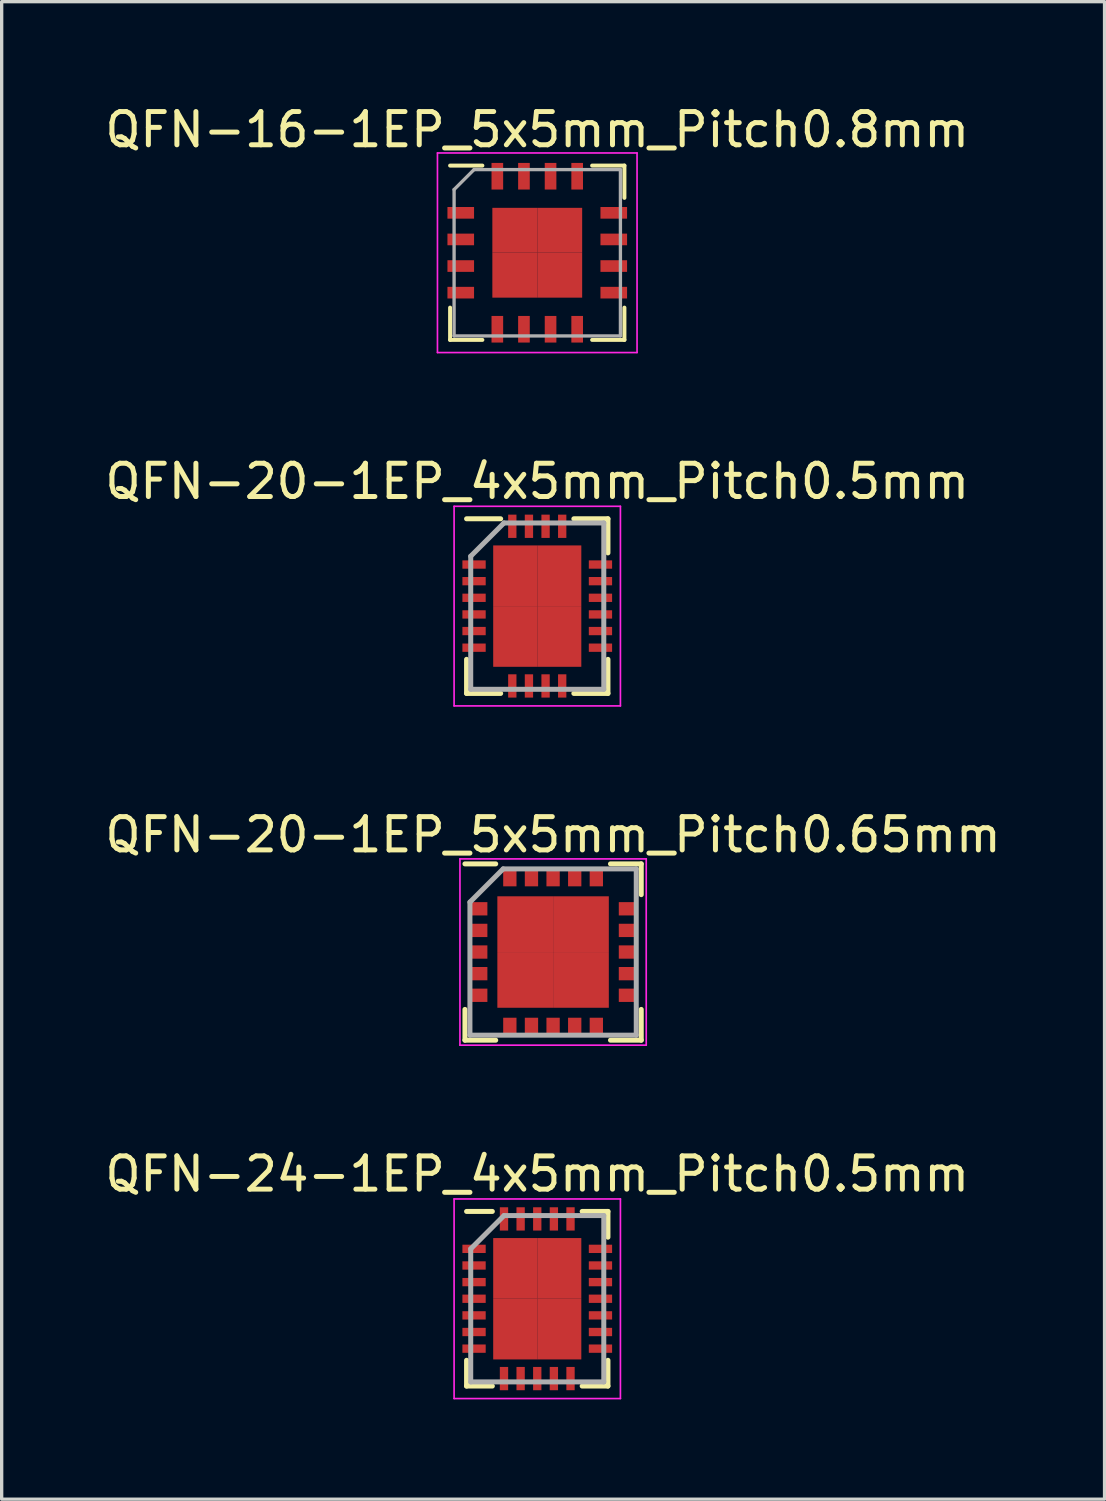
<source format=kicad_pcb>
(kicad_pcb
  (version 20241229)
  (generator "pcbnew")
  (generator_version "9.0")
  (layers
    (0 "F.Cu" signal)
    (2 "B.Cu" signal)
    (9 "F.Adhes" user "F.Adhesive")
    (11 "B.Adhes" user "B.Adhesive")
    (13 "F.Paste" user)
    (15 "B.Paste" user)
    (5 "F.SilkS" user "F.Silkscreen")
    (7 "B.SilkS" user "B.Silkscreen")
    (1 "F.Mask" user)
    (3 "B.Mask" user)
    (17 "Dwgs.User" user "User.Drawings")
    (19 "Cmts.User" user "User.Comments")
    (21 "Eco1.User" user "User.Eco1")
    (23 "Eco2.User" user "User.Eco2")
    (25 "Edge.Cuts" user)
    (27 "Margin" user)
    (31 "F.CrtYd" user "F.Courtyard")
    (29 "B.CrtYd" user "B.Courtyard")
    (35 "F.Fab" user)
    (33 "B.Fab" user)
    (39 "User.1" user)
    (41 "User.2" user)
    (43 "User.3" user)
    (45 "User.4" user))
  (footprint "QFN-16-1EP_5x5mm_Pitch0.8mm"
    (layer "F.Cu")
    (at 13.101 4.548)
    (property "Reference" "QFN-16-1EP_5x5mm_Pitch0.8mm" (at 0 -3.7 0) (layer "F.SilkS") (effects (font (size 1 1) (thickness 0.15))))
    (attr smd)
    (fp_line (start -2.62 -2.62) (end -1.65 -2.62) (stroke (width 0.12) (type solid)) (layer "F.SilkS"))
    (fp_line (start -2.62 2.62) (end -2.62 1.65) (stroke (width 0.12) (type solid)) (layer "F.SilkS"))
    (fp_line (start -2.62 2.62) (end -1.65 2.62) (stroke (width 0.12) (type solid)) (layer "F.SilkS"))
    (fp_line (start 2.62 -2.62) (end 1.65 -2.62) (stroke (width 0.12) (type solid)) (layer "F.SilkS"))
    (fp_line (start 2.62 -2.62) (end 2.62 -1.65) (stroke (width 0.12) (type solid)) (layer "F.SilkS"))
    (fp_line (start 2.62 2.62) (end 1.65 2.62) (stroke (width 0.12) (type solid)) (layer "F.SilkS"))
    (fp_line (start 2.62 2.62) (end 2.62 1.65) (stroke (width 0.12) (type solid)) (layer "F.SilkS"))
    (fp_line (start -3 -3) (end -3 3) (stroke (width 0.05) (type solid)) (layer "F.CrtYd"))
    (fp_line (start -3 -3) (end 3 -3) (stroke (width 0.05) (type solid)) (layer "F.CrtYd"))
    (fp_line (start -3 3) (end 3 3) (stroke (width 0.05) (type solid)) (layer "F.CrtYd"))
    (fp_line (start 3 -3) (end 3 3) (stroke (width 0.05) (type solid)) (layer "F.CrtYd"))
    (fp_line (start -2.5 -1.9) (end -1.9 -2.5) (stroke (width 0.1) (type solid)) (layer "F.Fab"))
    (fp_line (start -2.5 2.5) (end -2.5 -1.9) (stroke (width 0.1) (type solid)) (layer "F.Fab"))
    (fp_line (start -1.9 -2.5) (end 2.5 -2.5) (stroke (width 0.1) (type solid)) (layer "F.Fab"))
    (fp_line (start 2.5 -2.5) (end 2.5 2.5) (stroke (width 0.1) (type solid)) (layer "F.Fab"))
    (fp_line (start 2.5 2.5) (end -2.5 2.5) (stroke (width 0.1) (type solid)) (layer "F.Fab"))
    (pad "1" smd rect (at -2.3 -1.2) (size 0.8 0.35) (layers "F.Cu" "F.Mask" "F.Paste"))
    (pad "2" smd rect (at -2.3 -0.4) (size 0.8 0.35) (layers "F.Cu" "F.Mask" "F.Paste"))
    (pad "3" smd rect (at -2.3 0.4) (size 0.8 0.35) (layers "F.Cu" "F.Mask" "F.Paste"))
    (pad "4" smd rect (at -2.3 1.2) (size 0.8 0.35) (layers "F.Cu" "F.Mask" "F.Paste"))
    (pad "5" smd rect (at -1.2 2.3 90) (size 0.8 0.35) (layers "F.Cu" "F.Mask" "F.Paste"))
    (pad "6" smd rect (at -0.4 2.3 90) (size 0.8 0.35) (layers "F.Cu" "F.Mask" "F.Paste"))
    (pad "7" smd rect (at 0.4 2.3 90) (size 0.8 0.35) (layers "F.Cu" "F.Mask" "F.Paste"))
    (pad "8" smd rect (at 1.2 2.3 90) (size 0.8 0.35) (layers "F.Cu" "F.Mask" "F.Paste"))
    (pad "9" smd rect (at 2.3 1.2) (size 0.8 0.35) (layers "F.Cu" "F.Mask" "F.Paste"))
    (pad "10" smd rect (at 2.3 0.4) (size 0.8 0.35) (layers "F.Cu" "F.Mask" "F.Paste"))
    (pad "11" smd rect (at 2.3 -0.4) (size 0.8 0.35) (layers "F.Cu" "F.Mask" "F.Paste"))
    (pad "12" smd rect (at 2.3 -1.2) (size 0.8 0.35) (layers "F.Cu" "F.Mask" "F.Paste"))
    (pad "13" smd rect (at 1.2 -2.3 90) (size 0.8 0.35) (layers "F.Cu" "F.Mask" "F.Paste"))
    (pad "14" smd rect (at 0.4 -2.3 90) (size 0.8 0.35) (layers "F.Cu" "F.Mask" "F.Paste"))
    (pad "15" smd rect (at -0.4 -2.3 90) (size 0.8 0.35) (layers "F.Cu" "F.Mask" "F.Paste"))
    (pad "16" smd rect (at -1.2 -2.3 90) (size 0.8 0.35) (layers "F.Cu" "F.Mask" "F.Paste"))
    (pad "17" smd rect (at -0.675 -0.675) (size 1.35 1.35) (layers "F.Cu" "F.Mask" "F.Paste"))
    (pad "17" smd rect (at -0.675 0.675) (size 1.35 1.35) (layers "F.Cu" "F.Mask" "F.Paste"))
    (pad "17" smd rect (at 0.675 -0.675) (size 1.35 1.35) (layers "F.Cu" "F.Mask" "F.Paste"))
    (pad "17" smd rect (at 0.675 0.675) (size 1.35 1.35) (layers "F.Cu" "F.Mask" "F.Paste")))
  (footprint "QFN-20-1EP_5x5mm_Pitch0.65mm"
    (layer "F.Cu")
    (at 13.577 25.57)
    (property "Reference" "QFN-20-1EP_5x5mm_Pitch0.65mm" (at 0 -3.525 0) (layer "F.SilkS") (effects (font (size 1 1) (thickness 0.15))))
    (attr smd)
    (fp_line (start -2.65 -2.65) (end -1.725 -2.65) (stroke (width 0.15) (type solid)) (layer "F.SilkS"))
    (fp_line (start -2.65 2.65) (end -2.65 1.725) (stroke (width 0.15) (type solid)) (layer "F.SilkS"))
    (fp_line (start -2.65 2.65) (end -1.725 2.65) (stroke (width 0.15) (type solid)) (layer "F.SilkS"))
    (fp_line (start 2.65 -2.65) (end 1.725 -2.65) (stroke (width 0.15) (type solid)) (layer "F.SilkS"))
    (fp_line (start 2.65 -2.65) (end 2.65 -1.725) (stroke (width 0.15) (type solid)) (layer "F.SilkS"))
    (fp_line (start 2.65 2.65) (end 1.725 2.65) (stroke (width 0.15) (type solid)) (layer "F.SilkS"))
    (fp_line (start 2.65 2.65) (end 2.65 1.725) (stroke (width 0.15) (type solid)) (layer "F.SilkS"))
    (fp_line (start -2.8 -2.8) (end -2.8 2.8) (stroke (width 0.05) (type solid)) (layer "F.CrtYd"))
    (fp_line (start -2.8 -2.8) (end 2.8 -2.8) (stroke (width 0.05) (type solid)) (layer "F.CrtYd"))
    (fp_line (start -2.8 2.8) (end 2.8 2.8) (stroke (width 0.05) (type solid)) (layer "F.CrtYd"))
    (fp_line (start 2.8 -2.8) (end 2.8 2.8) (stroke (width 0.05) (type solid)) (layer "F.CrtYd"))
    (fp_line (start -2.5 -1.5) (end -1.5 -2.5) (stroke (width 0.15) (type solid)) (layer "F.Fab"))
    (fp_line (start -2.5 2.5) (end -2.5 -1.5) (stroke (width 0.15) (type solid)) (layer "F.Fab"))
    (fp_line (start -1.5 -2.5) (end 2.5 -2.5) (stroke (width 0.15) (type solid)) (layer "F.Fab"))
    (fp_line (start 2.5 -2.5) (end 2.5 2.5) (stroke (width 0.15) (type solid)) (layer "F.Fab"))
    (fp_line (start 2.5 2.5) (end -2.5 2.5) (stroke (width 0.15) (type solid)) (layer "F.Fab"))
    (pad "1" smd rect (at -2.25 -1.3) (size 0.55 0.4) (layers "F.Cu" "F.Mask" "F.Paste"))
    (pad "2" smd rect (at -2.25 -0.65) (size 0.55 0.4) (layers "F.Cu" "F.Mask" "F.Paste"))
    (pad "3" smd rect (at -2.25 0) (size 0.55 0.4) (layers "F.Cu" "F.Mask" "F.Paste"))
    (pad "4" smd rect (at -2.25 0.65) (size 0.55 0.4) (layers "F.Cu" "F.Mask" "F.Paste"))
    (pad "5" smd rect (at -2.25 1.3) (size 0.55 0.4) (layers "F.Cu" "F.Mask" "F.Paste"))
    (pad "6" smd rect (at -1.3 2.25 90) (size 0.55 0.4) (layers "F.Cu" "F.Mask" "F.Paste"))
    (pad "7" smd rect (at -0.65 2.25 90) (size 0.55 0.4) (layers "F.Cu" "F.Mask" "F.Paste"))
    (pad "8" smd rect (at 0 2.25 90) (size 0.55 0.4) (layers "F.Cu" "F.Mask" "F.Paste"))
    (pad "9" smd rect (at 0.65 2.25 90) (size 0.55 0.4) (layers "F.Cu" "F.Mask" "F.Paste"))
    (pad "10" smd rect (at 1.3 2.25 90) (size 0.55 0.4) (layers "F.Cu" "F.Mask" "F.Paste"))
    (pad "11" smd rect (at 2.25 1.3) (size 0.55 0.4) (layers "F.Cu" "F.Mask" "F.Paste"))
    (pad "12" smd rect (at 2.25 0.65) (size 0.55 0.4) (layers "F.Cu" "F.Mask" "F.Paste"))
    (pad "13" smd rect (at 2.25 0) (size 0.55 0.4) (layers "F.Cu" "F.Mask" "F.Paste"))
    (pad "14" smd rect (at 2.25 -0.65) (size 0.55 0.4) (layers "F.Cu" "F.Mask" "F.Paste"))
    (pad "15" smd rect (at 2.25 -1.3) (size 0.55 0.4) (layers "F.Cu" "F.Mask" "F.Paste"))
    (pad "16" smd rect (at 1.3 -2.25 90) (size 0.55 0.4) (layers "F.Cu" "F.Mask" "F.Paste"))
    (pad "17" smd rect (at 0.65 -2.25 90) (size 0.55 0.4) (layers "F.Cu" "F.Mask" "F.Paste"))
    (pad "18" smd rect (at 0 -2.25 90) (size 0.55 0.4) (layers "F.Cu" "F.Mask" "F.Paste"))
    (pad "19" smd rect (at -0.65 -2.25 90) (size 0.55 0.4) (layers "F.Cu" "F.Mask" "F.Paste"))
    (pad "20" smd rect (at -1.3 -2.25 90) (size 0.55 0.4) (layers "F.Cu" "F.Mask" "F.Paste"))
    (pad "21" smd rect (at -0.838 -0.838) (size 1.675 1.675) (layers "F.Cu" "F.Mask" "F.Paste"))
    (pad "21" smd rect (at -0.838 0.838) (size 1.675 1.675) (layers "F.Cu" "F.Mask" "F.Paste"))
    (pad "21" smd rect (at 0.838 -0.838) (size 1.675 1.675) (layers "F.Cu" "F.Mask" "F.Paste"))
    (pad "21" smd rect (at 0.838 0.838) (size 1.675 1.675) (layers "F.Cu" "F.Mask" "F.Paste")))
  (footprint "QFN-24-1EP_4x5mm_Pitch0.5mm"
    (layer "F.Cu")
    (at 13.101 35.993)
    (property "Reference" "QFN-24-1EP_4x5mm_Pitch0.5mm" (at 0 -3.75 0) (layer "F.SilkS") (effects (font (size 1 1) (thickness 0.15))))
    (attr smd)
    (fp_line (start -2.125 -2.625) (end -1.35 -2.625) (stroke (width 0.15) (type solid)) (layer "F.SilkS"))
    (fp_line (start -2.125 2.625) (end -2.125 1.85) (stroke (width 0.15) (type solid)) (layer "F.SilkS"))
    (fp_line (start -2.125 2.625) (end -1.35 2.625) (stroke (width 0.15) (type solid)) (layer "F.SilkS"))
    (fp_line (start 2.125 -2.625) (end 1.35 -2.625) (stroke (width 0.15) (type solid)) (layer "F.SilkS"))
    (fp_line (start 2.125 -2.625) (end 2.125 -1.85) (stroke (width 0.15) (type solid)) (layer "F.SilkS"))
    (fp_line (start 2.125 2.625) (end 1.35 2.625) (stroke (width 0.15) (type solid)) (layer "F.SilkS"))
    (fp_line (start 2.125 2.625) (end 2.125 1.85) (stroke (width 0.15) (type solid)) (layer "F.SilkS"))
    (fp_line (start -2.5 -3) (end -2.5 3) (stroke (width 0.05) (type solid)) (layer "F.CrtYd"))
    (fp_line (start -2.5 -3) (end 2.5 -3) (stroke (width 0.05) (type solid)) (layer "F.CrtYd"))
    (fp_line (start -2.5 3) (end 2.5 3) (stroke (width 0.05) (type solid)) (layer "F.CrtYd"))
    (fp_line (start 2.5 -3) (end 2.5 3) (stroke (width 0.05) (type solid)) (layer "F.CrtYd"))
    (fp_line (start -2 -1.5) (end -1 -2.5) (stroke (width 0.15) (type solid)) (layer "F.Fab"))
    (fp_line (start -2 2.5) (end -2 -1.5) (stroke (width 0.15) (type solid)) (layer "F.Fab"))
    (fp_line (start -1 -2.5) (end 2 -2.5) (stroke (width 0.15) (type solid)) (layer "F.Fab"))
    (fp_line (start 2 -2.5) (end 2 2.5) (stroke (width 0.15) (type solid)) (layer "F.Fab"))
    (fp_line (start 2 2.5) (end -2 2.5) (stroke (width 0.15) (type solid)) (layer "F.Fab"))
    (pad "1" smd rect (at -1.9 -1.5) (size 0.7 0.25) (layers "F.Cu" "F.Mask" "F.Paste"))
    (pad "2" smd rect (at -1.9 -1) (size 0.7 0.25) (layers "F.Cu" "F.Mask" "F.Paste"))
    (pad "3" smd rect (at -1.9 -0.5) (size 0.7 0.25) (layers "F.Cu" "F.Mask" "F.Paste"))
    (pad "4" smd rect (at -1.9 0) (size 0.7 0.25) (layers "F.Cu" "F.Mask" "F.Paste"))
    (pad "5" smd rect (at -1.9 0.5) (size 0.7 0.25) (layers "F.Cu" "F.Mask" "F.Paste"))
    (pad "6" smd rect (at -1.9 1) (size 0.7 0.25) (layers "F.Cu" "F.Mask" "F.Paste"))
    (pad "7" smd rect (at -1.9 1.5) (size 0.7 0.25) (layers "F.Cu" "F.Mask" "F.Paste"))
    (pad "8" smd rect (at -1 2.4 90) (size 0.7 0.25) (layers "F.Cu" "F.Mask" "F.Paste"))
    (pad "9" smd rect (at -0.5 2.4 90) (size 0.7 0.25) (layers "F.Cu" "F.Mask" "F.Paste"))
    (pad "10" smd rect (at 0 2.4 90) (size 0.7 0.25) (layers "F.Cu" "F.Mask" "F.Paste"))
    (pad "11" smd rect (at 0.5 2.4 90) (size 0.7 0.25) (layers "F.Cu" "F.Mask" "F.Paste"))
    (pad "12" smd rect (at 1 2.4 90) (size 0.7 0.25) (layers "F.Cu" "F.Mask" "F.Paste"))
    (pad "13" smd rect (at 1.9 1.5) (size 0.7 0.25) (layers "F.Cu" "F.Mask" "F.Paste"))
    (pad "14" smd rect (at 1.9 1) (size 0.7 0.25) (layers "F.Cu" "F.Mask" "F.Paste"))
    (pad "15" smd rect (at 1.9 0.5) (size 0.7 0.25) (layers "F.Cu" "F.Mask" "F.Paste"))
    (pad "16" smd rect (at 1.9 0) (size 0.7 0.25) (layers "F.Cu" "F.Mask" "F.Paste"))
    (pad "17" smd rect (at 1.9 -0.5) (size 0.7 0.25) (layers "F.Cu" "F.Mask" "F.Paste"))
    (pad "18" smd rect (at 1.9 -1) (size 0.7 0.25) (layers "F.Cu" "F.Mask" "F.Paste"))
    (pad "19" smd rect (at 1.9 -1.5) (size 0.7 0.25) (layers "F.Cu" "F.Mask" "F.Paste"))
    (pad "20" smd rect (at 1 -2.4 90) (size 0.7 0.25) (layers "F.Cu" "F.Mask" "F.Paste"))
    (pad "21" smd rect (at 0.5 -2.4 90) (size 0.7 0.25) (layers "F.Cu" "F.Mask" "F.Paste"))
    (pad "22" smd rect (at 0 -2.4 90) (size 0.7 0.25) (layers "F.Cu" "F.Mask" "F.Paste"))
    (pad "23" smd rect (at -0.5 -2.4 90) (size 0.7 0.25) (layers "F.Cu" "F.Mask" "F.Paste"))
    (pad "24" smd rect (at -1 -2.4 90) (size 0.7 0.25) (layers "F.Cu" "F.Mask" "F.Paste"))
    (pad "25" smd rect (at -0.662 -0.912) (size 1.325 1.825) (layers "F.Cu" "F.Mask" "F.Paste"))
    (pad "25" smd rect (at -0.662 0.912) (size 1.325 1.825) (layers "F.Cu" "F.Mask" "F.Paste"))
    (pad "25" smd rect (at 0.662 -0.912) (size 1.325 1.825) (layers "F.Cu" "F.Mask" "F.Paste"))
    (pad "25" smd rect (at 0.662 0.912) (size 1.325 1.825) (layers "F.Cu" "F.Mask" "F.Paste")))
  (footprint "QFN-20-1EP_4x5mm_Pitch0.5mm"
    (layer "F.Cu")
    (at 13.101 15.171)
    (property "Reference" "QFN-20-1EP_4x5mm_Pitch0.5mm" (at 0 -3.75 0) (layer "F.SilkS") (effects (font (size 1 1) (thickness 0.15))))
    (attr smd)
    (fp_line (start -2.125 -2.625) (end -1.1 -2.625) (stroke (width 0.15) (type solid)) (layer "F.SilkS"))
    (fp_line (start -2.125 2.625) (end -2.125 1.6) (stroke (width 0.15) (type solid)) (layer "F.SilkS"))
    (fp_line (start -2.125 2.625) (end -1.1 2.625) (stroke (width 0.15) (type solid)) (layer "F.SilkS"))
    (fp_line (start 2.125 -2.625) (end 1.1 -2.625) (stroke (width 0.15) (type solid)) (layer "F.SilkS"))
    (fp_line (start 2.125 -2.625) (end 2.125 -1.6) (stroke (width 0.15) (type solid)) (layer "F.SilkS"))
    (fp_line (start 2.125 2.625) (end 1.1 2.625) (stroke (width 0.15) (type solid)) (layer "F.SilkS"))
    (fp_line (start 2.125 2.625) (end 2.125 1.6) (stroke (width 0.15) (type solid)) (layer "F.SilkS"))
    (fp_line (start -2.5 -3) (end -2.5 3) (stroke (width 0.05) (type solid)) (layer "F.CrtYd"))
    (fp_line (start -2.5 -3) (end 2.5 -3) (stroke (width 0.05) (type solid)) (layer "F.CrtYd"))
    (fp_line (start -2.5 3) (end 2.5 3) (stroke (width 0.05) (type solid)) (layer "F.CrtYd"))
    (fp_line (start 2.5 -3) (end 2.5 3) (stroke (width 0.05) (type solid)) (layer "F.CrtYd"))
    (fp_line (start -2 -1.5) (end -1 -2.5) (stroke (width 0.15) (type solid)) (layer "F.Fab"))
    (fp_line (start -2 2.5) (end -2 -1.5) (stroke (width 0.15) (type solid)) (layer "F.Fab"))
    (fp_line (start -1 -2.5) (end 2 -2.5) (stroke (width 0.15) (type solid)) (layer "F.Fab"))
    (fp_line (start 2 -2.5) (end 2 2.5) (stroke (width 0.15) (type solid)) (layer "F.Fab"))
    (fp_line (start 2 2.5) (end -2 2.5) (stroke (width 0.15) (type solid)) (layer "F.Fab"))
    (pad "1" smd rect (at -1.9 -1.25) (size 0.7 0.25) (layers "F.Cu" "F.Mask" "F.Paste"))
    (pad "2" smd rect (at -1.9 -0.75) (size 0.7 0.25) (layers "F.Cu" "F.Mask" "F.Paste"))
    (pad "3" smd rect (at -1.9 -0.25) (size 0.7 0.25) (layers "F.Cu" "F.Mask" "F.Paste"))
    (pad "4" smd rect (at -1.9 0.25) (size 0.7 0.25) (layers "F.Cu" "F.Mask" "F.Paste"))
    (pad "5" smd rect (at -1.9 0.75) (size 0.7 0.25) (layers "F.Cu" "F.Mask" "F.Paste"))
    (pad "6" smd rect (at -1.9 1.25) (size 0.7 0.25) (layers "F.Cu" "F.Mask" "F.Paste"))
    (pad "7" smd rect (at -0.75 2.4 90) (size 0.7 0.25) (layers "F.Cu" "F.Mask" "F.Paste"))
    (pad "8" smd rect (at -0.25 2.4 90) (size 0.7 0.25) (layers "F.Cu" "F.Mask" "F.Paste"))
    (pad "9" smd rect (at 0.25 2.4 90) (size 0.7 0.25) (layers "F.Cu" "F.Mask" "F.Paste"))
    (pad "10" smd rect (at 0.75 2.4 90) (size 0.7 0.25) (layers "F.Cu" "F.Mask" "F.Paste"))
    (pad "11" smd rect (at 1.9 1.25) (size 0.7 0.25) (layers "F.Cu" "F.Mask" "F.Paste"))
    (pad "12" smd rect (at 1.9 0.75) (size 0.7 0.25) (layers "F.Cu" "F.Mask" "F.Paste"))
    (pad "13" smd rect (at 1.9 0.25) (size 0.7 0.25) (layers "F.Cu" "F.Mask" "F.Paste"))
    (pad "14" smd rect (at 1.9 -0.25) (size 0.7 0.25) (layers "F.Cu" "F.Mask" "F.Paste"))
    (pad "15" smd rect (at 1.9 -0.75) (size 0.7 0.25) (layers "F.Cu" "F.Mask" "F.Paste"))
    (pad "16" smd rect (at 1.9 -1.25) (size 0.7 0.25) (layers "F.Cu" "F.Mask" "F.Paste"))
    (pad "17" smd rect (at 0.75 -2.4 90) (size 0.7 0.25) (layers "F.Cu" "F.Mask" "F.Paste"))
    (pad "18" smd rect (at 0.25 -2.4 90) (size 0.7 0.25) (layers "F.Cu" "F.Mask" "F.Paste"))
    (pad "19" smd rect (at -0.25 -2.4 90) (size 0.7 0.25) (layers "F.Cu" "F.Mask" "F.Paste"))
    (pad "20" smd rect (at -0.75 -2.4 90) (size 0.7 0.25) (layers "F.Cu" "F.Mask" "F.Paste"))
    (pad "21" smd rect (at -0.662 -0.912) (size 1.325 1.825) (layers "F.Cu" "F.Mask" "F.Paste"))
    (pad "21" smd rect (at -0.662 0.912) (size 1.325 1.825) (layers "F.Cu" "F.Mask" "F.Paste"))
    (pad "21" smd rect (at 0.662 -0.912) (size 1.325 1.825) (layers "F.Cu" "F.Mask" "F.Paste"))
    (pad "21" smd rect (at 0.662 0.912) (size 1.325 1.825) (layers "F.Cu" "F.Mask" "F.Paste")))
  (gr_rect
    (start -3 -3)
    (end 30.155 42.018)
    (stroke (width 0.1) (type default))
    (fill no)
    (layer "Edge.Cuts")))
</source>
